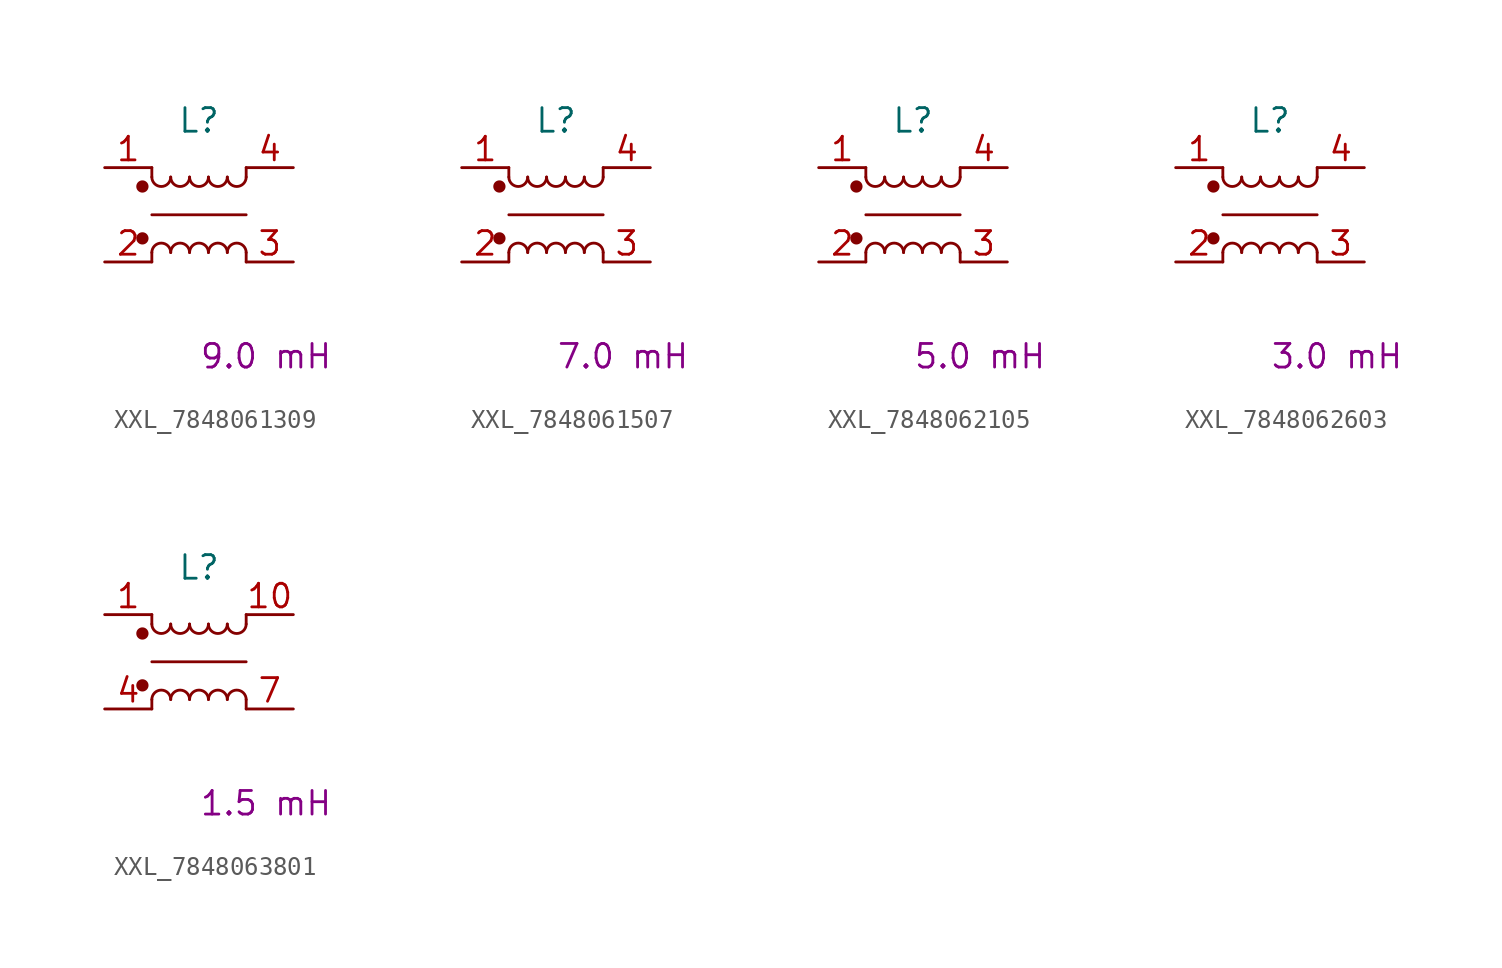
<source format=kicad_sym>
(kicad_symbol_lib
  (version 20220914)
  (generator kicad_symbol_editor)
  (symbol "XXL_7848061309"
    (pin_names hide)
    (property "Reference" "L"
      (at 0 5.08 0)
      (effects (font (size 1.27 1.27))))
    (property "Critical Parameter" "9.0 mH"
      (at 0 -7.62 0)
      (effects (font (size 1.27 1.27)) (justify left)))
    (symbol "XXL_7848061309_0_1"
      (circle (center -3.048 -1.27) (radius 0.254) (stroke (width 0) (type default)) (fill (type outline)))
      (circle (center -3.048 1.524) (radius 0.254) (stroke (width 0) (type default)) (fill (type outline)))
      (arc (start -2.54 2.032) (mid -2.032 1.5262) (end -1.524 2.032) (stroke (width 0) (type default)) (fill (type none)))
      (arc (start -1.524 -2.032) (mid -2.032 -1.5262) (end -2.54 -2.032) (stroke (width 0) (type default)) (fill (type none)))
      (arc (start -1.524 2.032) (mid -1.016 1.5262) (end -0.508 2.032) (stroke (width 0) (type default)) (fill (type none)))
      (arc (start -0.508 -2.032) (mid -1.016 -1.5262) (end -1.524 -2.032) (stroke (width 0) (type default)) (fill (type none)))
      (arc (start -0.508 2.032) (mid 0 1.5262) (end 0.508 2.032) (stroke (width 0) (type default)) (fill (type none)))
      (polyline (pts (xy -2.54 -2.032) (xy -2.54 -2.54)) (stroke (width 0) (type default)) (fill (type none)))
      (polyline (pts (xy -2.54 2.032) (xy -2.54 2.54)) (stroke (width 0) (type default)) (fill (type none)))
      (polyline (pts (xy 2.54 -2.032) (xy 2.54 -2.54)) (stroke (width 0) (type default)) (fill (type none)))
      (polyline (pts (xy 2.54 0) (xy -2.54 0)) (stroke (width 0) (type default)) (fill (type none)))
      (polyline (pts (xy 2.54 2.54) (xy 2.54 2.032)) (stroke (width 0) (type default)) (fill (type none)))
      (arc (start 0.508 -2.032) (mid 0 -1.5262) (end -0.508 -2.032) (stroke (width 0) (type default)) (fill (type none)))
      (arc (start 0.508 2.032) (mid 1.016 1.5262) (end 1.524 2.032) (stroke (width 0) (type default)) (fill (type none)))
      (arc (start 1.524 -2.032) (mid 1.016 -1.5262) (end 0.508 -2.032) (stroke (width 0) (type default)) (fill (type none)))
      (arc (start 1.524 2.032) (mid 2.032 1.5262) (end 2.54 2.032) (stroke (width 0) (type default)) (fill (type none)))
      (arc (start 2.54 -2.032) (mid 2.032 -1.5262) (end 1.524 -2.032) (stroke (width 0) (type default)) (fill (type none))))
    (symbol "XXL_7848061309_1_1"
      (pin passive line (at -5.08 2.54 0) (length 2.54) (name "1" (effects (font (size 1.27 1.27)))) (number "1" (effects (font (size 1.27 1.27)))))
      (pin passive line (at -5.08 -2.54 0) (length 2.54) (name "2" (effects (font (size 1.27 1.27)))) (number "2" (effects (font (size 1.27 1.27)))))
      (pin passive line (at 5.08 -2.54 180) (length 2.54) (name "3" (effects (font (size 1.27 1.27)))) (number "3" (effects (font (size 1.27 1.27)))))
      (pin passive line (at 5.08 2.54 180) (length 2.54) (name "4" (effects (font (size 1.27 1.27)))) (number "4" (effects (font (size 1.27 1.27)))))))
  (symbol "XXL_7848061507"
    (pin_names hide)
    (property "Reference" "L"
      (at 0 5.08 0)
      (effects (font (size 1.27 1.27))))
    (property "Critical Parameter" "7.0 mH"
      (at 0 -7.62 0)
      (effects (font (size 1.27 1.27)) (justify left)))
    (symbol "XXL_7848061507_0_1"
      (circle (center -3.048 -1.27) (radius 0.254) (stroke (width 0) (type default)) (fill (type outline)))
      (circle (center -3.048 1.524) (radius 0.254) (stroke (width 0) (type default)) (fill (type outline)))
      (arc (start -2.54 2.032) (mid -2.032 1.5262) (end -1.524 2.032) (stroke (width 0) (type default)) (fill (type none)))
      (arc (start -1.524 -2.032) (mid -2.032 -1.5262) (end -2.54 -2.032) (stroke (width 0) (type default)) (fill (type none)))
      (arc (start -1.524 2.032) (mid -1.016 1.5262) (end -0.508 2.032) (stroke (width 0) (type default)) (fill (type none)))
      (arc (start -0.508 -2.032) (mid -1.016 -1.5262) (end -1.524 -2.032) (stroke (width 0) (type default)) (fill (type none)))
      (arc (start -0.508 2.032) (mid 0 1.5262) (end 0.508 2.032) (stroke (width 0) (type default)) (fill (type none)))
      (polyline (pts (xy -2.54 -2.032) (xy -2.54 -2.54)) (stroke (width 0) (type default)) (fill (type none)))
      (polyline (pts (xy -2.54 2.032) (xy -2.54 2.54)) (stroke (width 0) (type default)) (fill (type none)))
      (polyline (pts (xy 2.54 -2.032) (xy 2.54 -2.54)) (stroke (width 0) (type default)) (fill (type none)))
      (polyline (pts (xy 2.54 0) (xy -2.54 0)) (stroke (width 0) (type default)) (fill (type none)))
      (polyline (pts (xy 2.54 2.54) (xy 2.54 2.032)) (stroke (width 0) (type default)) (fill (type none)))
      (arc (start 0.508 -2.032) (mid 0 -1.5262) (end -0.508 -2.032) (stroke (width 0) (type default)) (fill (type none)))
      (arc (start 0.508 2.032) (mid 1.016 1.5262) (end 1.524 2.032) (stroke (width 0) (type default)) (fill (type none)))
      (arc (start 1.524 -2.032) (mid 1.016 -1.5262) (end 0.508 -2.032) (stroke (width 0) (type default)) (fill (type none)))
      (arc (start 1.524 2.032) (mid 2.032 1.5262) (end 2.54 2.032) (stroke (width 0) (type default)) (fill (type none)))
      (arc (start 2.54 -2.032) (mid 2.032 -1.5262) (end 1.524 -2.032) (stroke (width 0) (type default)) (fill (type none))))
    (symbol "XXL_7848061507_1_1"
      (pin passive line (at -5.08 2.54 0) (length 2.54) (name "1" (effects (font (size 1.27 1.27)))) (number "1" (effects (font (size 1.27 1.27)))))
      (pin passive line (at -5.08 -2.54 0) (length 2.54) (name "2" (effects (font (size 1.27 1.27)))) (number "2" (effects (font (size 1.27 1.27)))))
      (pin passive line (at 5.08 -2.54 180) (length 2.54) (name "3" (effects (font (size 1.27 1.27)))) (number "3" (effects (font (size 1.27 1.27)))))
      (pin passive line (at 5.08 2.54 180) (length 2.54) (name "4" (effects (font (size 1.27 1.27)))) (number "4" (effects (font (size 1.27 1.27)))))))
  (symbol "XXL_7848062105"
    (pin_names hide)
    (property "Reference" "L"
      (at 0 5.08 0)
      (effects (font (size 1.27 1.27))))
    (property "Critical Parameter" "5.0 mH"
      (at 0 -7.62 0)
      (effects (font (size 1.27 1.27)) (justify left)))
    (symbol "XXL_7848062105_0_1"
      (circle (center -3.048 -1.27) (radius 0.254) (stroke (width 0) (type default)) (fill (type outline)))
      (circle (center -3.048 1.524) (radius 0.254) (stroke (width 0) (type default)) (fill (type outline)))
      (arc (start -2.54 2.032) (mid -2.032 1.5262) (end -1.524 2.032) (stroke (width 0) (type default)) (fill (type none)))
      (arc (start -1.524 -2.032) (mid -2.032 -1.5262) (end -2.54 -2.032) (stroke (width 0) (type default)) (fill (type none)))
      (arc (start -1.524 2.032) (mid -1.016 1.5262) (end -0.508 2.032) (stroke (width 0) (type default)) (fill (type none)))
      (arc (start -0.508 -2.032) (mid -1.016 -1.5262) (end -1.524 -2.032) (stroke (width 0) (type default)) (fill (type none)))
      (arc (start -0.508 2.032) (mid 0 1.5262) (end 0.508 2.032) (stroke (width 0) (type default)) (fill (type none)))
      (polyline (pts (xy -2.54 -2.032) (xy -2.54 -2.54)) (stroke (width 0) (type default)) (fill (type none)))
      (polyline (pts (xy -2.54 2.032) (xy -2.54 2.54)) (stroke (width 0) (type default)) (fill (type none)))
      (polyline (pts (xy 2.54 -2.032) (xy 2.54 -2.54)) (stroke (width 0) (type default)) (fill (type none)))
      (polyline (pts (xy 2.54 0) (xy -2.54 0)) (stroke (width 0) (type default)) (fill (type none)))
      (polyline (pts (xy 2.54 2.54) (xy 2.54 2.032)) (stroke (width 0) (type default)) (fill (type none)))
      (arc (start 0.508 -2.032) (mid 0 -1.5262) (end -0.508 -2.032) (stroke (width 0) (type default)) (fill (type none)))
      (arc (start 0.508 2.032) (mid 1.016 1.5262) (end 1.524 2.032) (stroke (width 0) (type default)) (fill (type none)))
      (arc (start 1.524 -2.032) (mid 1.016 -1.5262) (end 0.508 -2.032) (stroke (width 0) (type default)) (fill (type none)))
      (arc (start 1.524 2.032) (mid 2.032 1.5262) (end 2.54 2.032) (stroke (width 0) (type default)) (fill (type none)))
      (arc (start 2.54 -2.032) (mid 2.032 -1.5262) (end 1.524 -2.032) (stroke (width 0) (type default)) (fill (type none))))
    (symbol "XXL_7848062105_1_1"
      (pin passive line (at -5.08 2.54 0) (length 2.54) (name "1" (effects (font (size 1.27 1.27)))) (number "1" (effects (font (size 1.27 1.27)))))
      (pin passive line (at -5.08 -2.54 0) (length 2.54) (name "2" (effects (font (size 1.27 1.27)))) (number "2" (effects (font (size 1.27 1.27)))))
      (pin passive line (at 5.08 -2.54 180) (length 2.54) (name "3" (effects (font (size 1.27 1.27)))) (number "3" (effects (font (size 1.27 1.27)))))
      (pin passive line (at 5.08 2.54 180) (length 2.54) (name "4" (effects (font (size 1.27 1.27)))) (number "4" (effects (font (size 1.27 1.27)))))))
  (symbol "XXL_7848062603"
    (pin_names hide)
    (property "Reference" "L"
      (at 0 5.08 0)
      (effects (font (size 1.27 1.27))))
    (property "Critical Parameter" "3.0 mH"
      (at 0 -7.62 0)
      (effects (font (size 1.27 1.27)) (justify left)))
    (symbol "XXL_7848062603_0_1"
      (circle (center -3.048 -1.27) (radius 0.254) (stroke (width 0) (type default)) (fill (type outline)))
      (circle (center -3.048 1.524) (radius 0.254) (stroke (width 0) (type default)) (fill (type outline)))
      (arc (start -2.54 2.032) (mid -2.032 1.5262) (end -1.524 2.032) (stroke (width 0) (type default)) (fill (type none)))
      (arc (start -1.524 -2.032) (mid -2.032 -1.5262) (end -2.54 -2.032) (stroke (width 0) (type default)) (fill (type none)))
      (arc (start -1.524 2.032) (mid -1.016 1.5262) (end -0.508 2.032) (stroke (width 0) (type default)) (fill (type none)))
      (arc (start -0.508 -2.032) (mid -1.016 -1.5262) (end -1.524 -2.032) (stroke (width 0) (type default)) (fill (type none)))
      (arc (start -0.508 2.032) (mid 0 1.5262) (end 0.508 2.032) (stroke (width 0) (type default)) (fill (type none)))
      (polyline (pts (xy -2.54 -2.032) (xy -2.54 -2.54)) (stroke (width 0) (type default)) (fill (type none)))
      (polyline (pts (xy -2.54 2.032) (xy -2.54 2.54)) (stroke (width 0) (type default)) (fill (type none)))
      (polyline (pts (xy 2.54 -2.032) (xy 2.54 -2.54)) (stroke (width 0) (type default)) (fill (type none)))
      (polyline (pts (xy 2.54 0) (xy -2.54 0)) (stroke (width 0) (type default)) (fill (type none)))
      (polyline (pts (xy 2.54 2.54) (xy 2.54 2.032)) (stroke (width 0) (type default)) (fill (type none)))
      (arc (start 0.508 -2.032) (mid 0 -1.5262) (end -0.508 -2.032) (stroke (width 0) (type default)) (fill (type none)))
      (arc (start 0.508 2.032) (mid 1.016 1.5262) (end 1.524 2.032) (stroke (width 0) (type default)) (fill (type none)))
      (arc (start 1.524 -2.032) (mid 1.016 -1.5262) (end 0.508 -2.032) (stroke (width 0) (type default)) (fill (type none)))
      (arc (start 1.524 2.032) (mid 2.032 1.5262) (end 2.54 2.032) (stroke (width 0) (type default)) (fill (type none)))
      (arc (start 2.54 -2.032) (mid 2.032 -1.5262) (end 1.524 -2.032) (stroke (width 0) (type default)) (fill (type none))))
    (symbol "XXL_7848062603_1_1"
      (pin passive line (at -5.08 2.54 0) (length 2.54) (name "1" (effects (font (size 1.27 1.27)))) (number "1" (effects (font (size 1.27 1.27)))))
      (pin passive line (at -5.08 -2.54 0) (length 2.54) (name "2" (effects (font (size 1.27 1.27)))) (number "2" (effects (font (size 1.27 1.27)))))
      (pin passive line (at 5.08 -2.54 180) (length 2.54) (name "3" (effects (font (size 1.27 1.27)))) (number "3" (effects (font (size 1.27 1.27)))))
      (pin passive line (at 5.08 2.54 180) (length 2.54) (name "4" (effects (font (size 1.27 1.27)))) (number "4" (effects (font (size 1.27 1.27)))))))
  (symbol "XXL_7848063801"
    (pin_names hide)
    (property "Reference" "L"
      (at 0 5.08 0)
      (effects (font (size 1.27 1.27))))
    (property "Critical Parameter" "1.5 mH"
      (at 0 -7.62 0)
      (effects (font (size 1.27 1.27)) (justify left)))
    (symbol "XXL_7848063801_0_1"
      (circle (center -3.048 -1.27) (radius 0.254) (stroke (width 0) (type default)) (fill (type outline)))
      (circle (center -3.048 1.524) (radius 0.254) (stroke (width 0) (type default)) (fill (type outline)))
      (arc (start -2.54 2.032) (mid -2.032 1.5262) (end -1.524 2.032) (stroke (width 0) (type default)) (fill (type none)))
      (arc (start -1.524 -2.032) (mid -2.032 -1.5262) (end -2.54 -2.032) (stroke (width 0) (type default)) (fill (type none)))
      (arc (start -1.524 2.032) (mid -1.016 1.5262) (end -0.508 2.032) (stroke (width 0) (type default)) (fill (type none)))
      (arc (start -0.508 -2.032) (mid -1.016 -1.5262) (end -1.524 -2.032) (stroke (width 0) (type default)) (fill (type none)))
      (arc (start -0.508 2.032) (mid 0 1.5262) (end 0.508 2.032) (stroke (width 0) (type default)) (fill (type none)))
      (polyline (pts (xy -2.54 -2.032) (xy -2.54 -2.54)) (stroke (width 0) (type default)) (fill (type none)))
      (polyline (pts (xy -2.54 2.032) (xy -2.54 2.54)) (stroke (width 0) (type default)) (fill (type none)))
      (polyline (pts (xy 2.54 -2.032) (xy 2.54 -2.54)) (stroke (width 0) (type default)) (fill (type none)))
      (polyline (pts (xy 2.54 0) (xy -2.54 0)) (stroke (width 0) (type default)) (fill (type none)))
      (polyline (pts (xy 2.54 2.54) (xy 2.54 2.032)) (stroke (width 0) (type default)) (fill (type none)))
      (arc (start 0.508 -2.032) (mid 0 -1.5262) (end -0.508 -2.032) (stroke (width 0) (type default)) (fill (type none)))
      (arc (start 0.508 2.032) (mid 1.016 1.5262) (end 1.524 2.032) (stroke (width 0) (type default)) (fill (type none)))
      (arc (start 1.524 -2.032) (mid 1.016 -1.5262) (end 0.508 -2.032) (stroke (width 0) (type default)) (fill (type none)))
      (arc (start 1.524 2.032) (mid 2.032 1.5262) (end 2.54 2.032) (stroke (width 0) (type default)) (fill (type none)))
      (arc (start 2.54 -2.032) (mid 2.032 -1.5262) (end 1.524 -2.032) (stroke (width 0) (type default)) (fill (type none))))
    (symbol "XXL_7848063801_1_1"
      (pin passive line (at -5.08 2.54 0) (length 2.54) (name "1" (effects (font (size 1.27 1.27)))) (number "1" (effects (font (size 1.27 1.27)))))
      (pin passive line (at 5.08 2.54 180) (length 2.54) (name "10" (effects (font (size 1.27 1.27)))) (number "10" (effects (font (size 1.27 1.27)))))
      (pin passive line (at 5.08 2.54 180) (length 2.54) hide (name "11" (effects (font (size 1.27 1.27)))) (number "11" (effects (font (size 1.27 1.27)))))
      (pin passive line (at 5.08 2.54 180) (length 2.54) hide (name "12" (effects (font (size 1.27 1.27)))) (number "12" (effects (font (size 1.27 1.27)))))
      (pin passive line (at -5.08 2.54 0) (length 2.54) hide (name "2" (effects (font (size 1.27 1.27)))) (number "2" (effects (font (size 1.27 1.27)))))
      (pin passive line (at -5.08 2.54 0) (length 2.54) hide (name "3" (effects (font (size 1.27 1.27)))) (number "3" (effects (font (size 1.27 1.27)))))
      (pin passive line (at -5.08 -2.54 0) (length 2.54) (name "4" (effects (font (size 1.27 1.27)))) (number "4" (effects (font (size 1.27 1.27)))))
      (pin passive line (at -5.08 -2.54 0) (length 2.54) hide (name "5" (effects (font (size 1.27 1.27)))) (number "5" (effects (font (size 1.27 1.27)))))
      (pin passive line (at -5.08 -2.54 0) (length 2.54) hide (name "6" (effects (font (size 1.27 1.27)))) (number "6" (effects (font (size 1.27 1.27)))))
      (pin passive line (at 5.08 -2.54 180) (length 2.54) (name "7" (effects (font (size 1.27 1.27)))) (number "7" (effects (font (size 1.27 1.27)))))
      (pin passive line (at 5.08 -2.54 180) (length 2.54) hide (name "8" (effects (font (size 1.27 1.27)))) (number "8" (effects (font (size 1.27 1.27)))))
      (pin passive line (at 5.08 -2.54 180) (length 2.54) hide (name "9" (effects (font (size 1.27 1.27)))) (number "9" (effects (font (size 1.27 1.27))))))))
</source>
